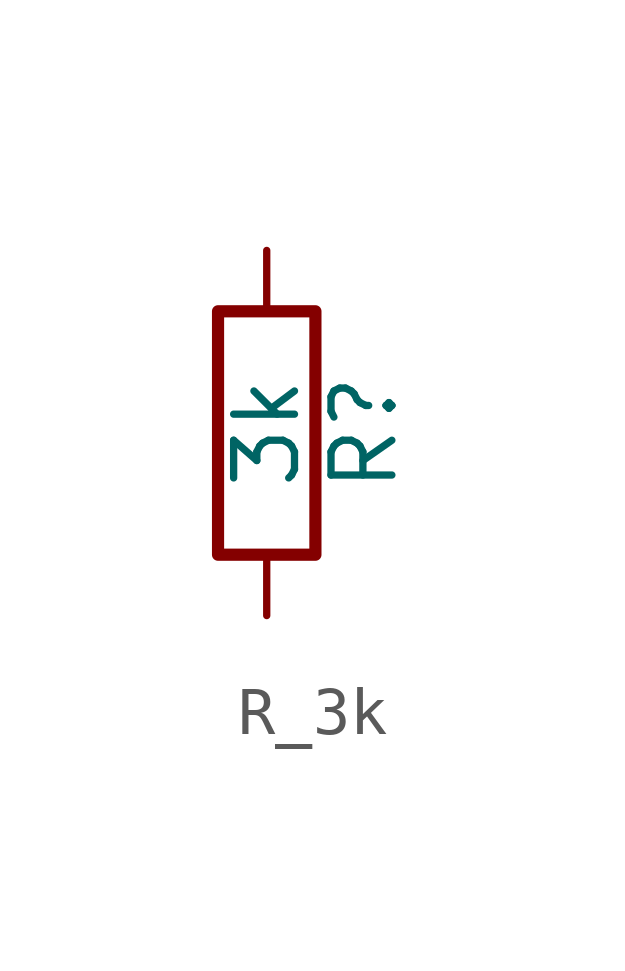
<source format=kicad_sym>
(kicad_symbol_lib
  (version 20241209)
  (generator "kicad_symbol_editor")
  (generator_version "9.0")
  (symbol "R_3k"
    (pin_numbers
      (hide yes))
    (pin_names
      (offset 0))
    (property "Reference" "R"
      (at 2.032 0 90)
      (effects (font (size 1.27 1.27))))
    (property "Value" "3k"
      (at 0 0 90)
      (effects (font (size 1.27 1.27))))
    (symbol "R_3k_0_1"
      (rectangle (start -1.016 -2.54) (end 1.016 2.54) (stroke (width 0.254) (type default)) (fill (type none))))
    (symbol "R_3k_1_1"
      (pin passive line (at 0 3.81 270) (length 1.27) (name "~" (effects (font (size 1.27 1.27)))) (number "1" (effects (font (size 1.27 1.27)))))
      (pin passive line (at 0 -3.81 90) (length 1.27) (name "~" (effects (font (size 1.27 1.27)))) (number "2" (effects (font (size 1.27 1.27))))))))
</source>
